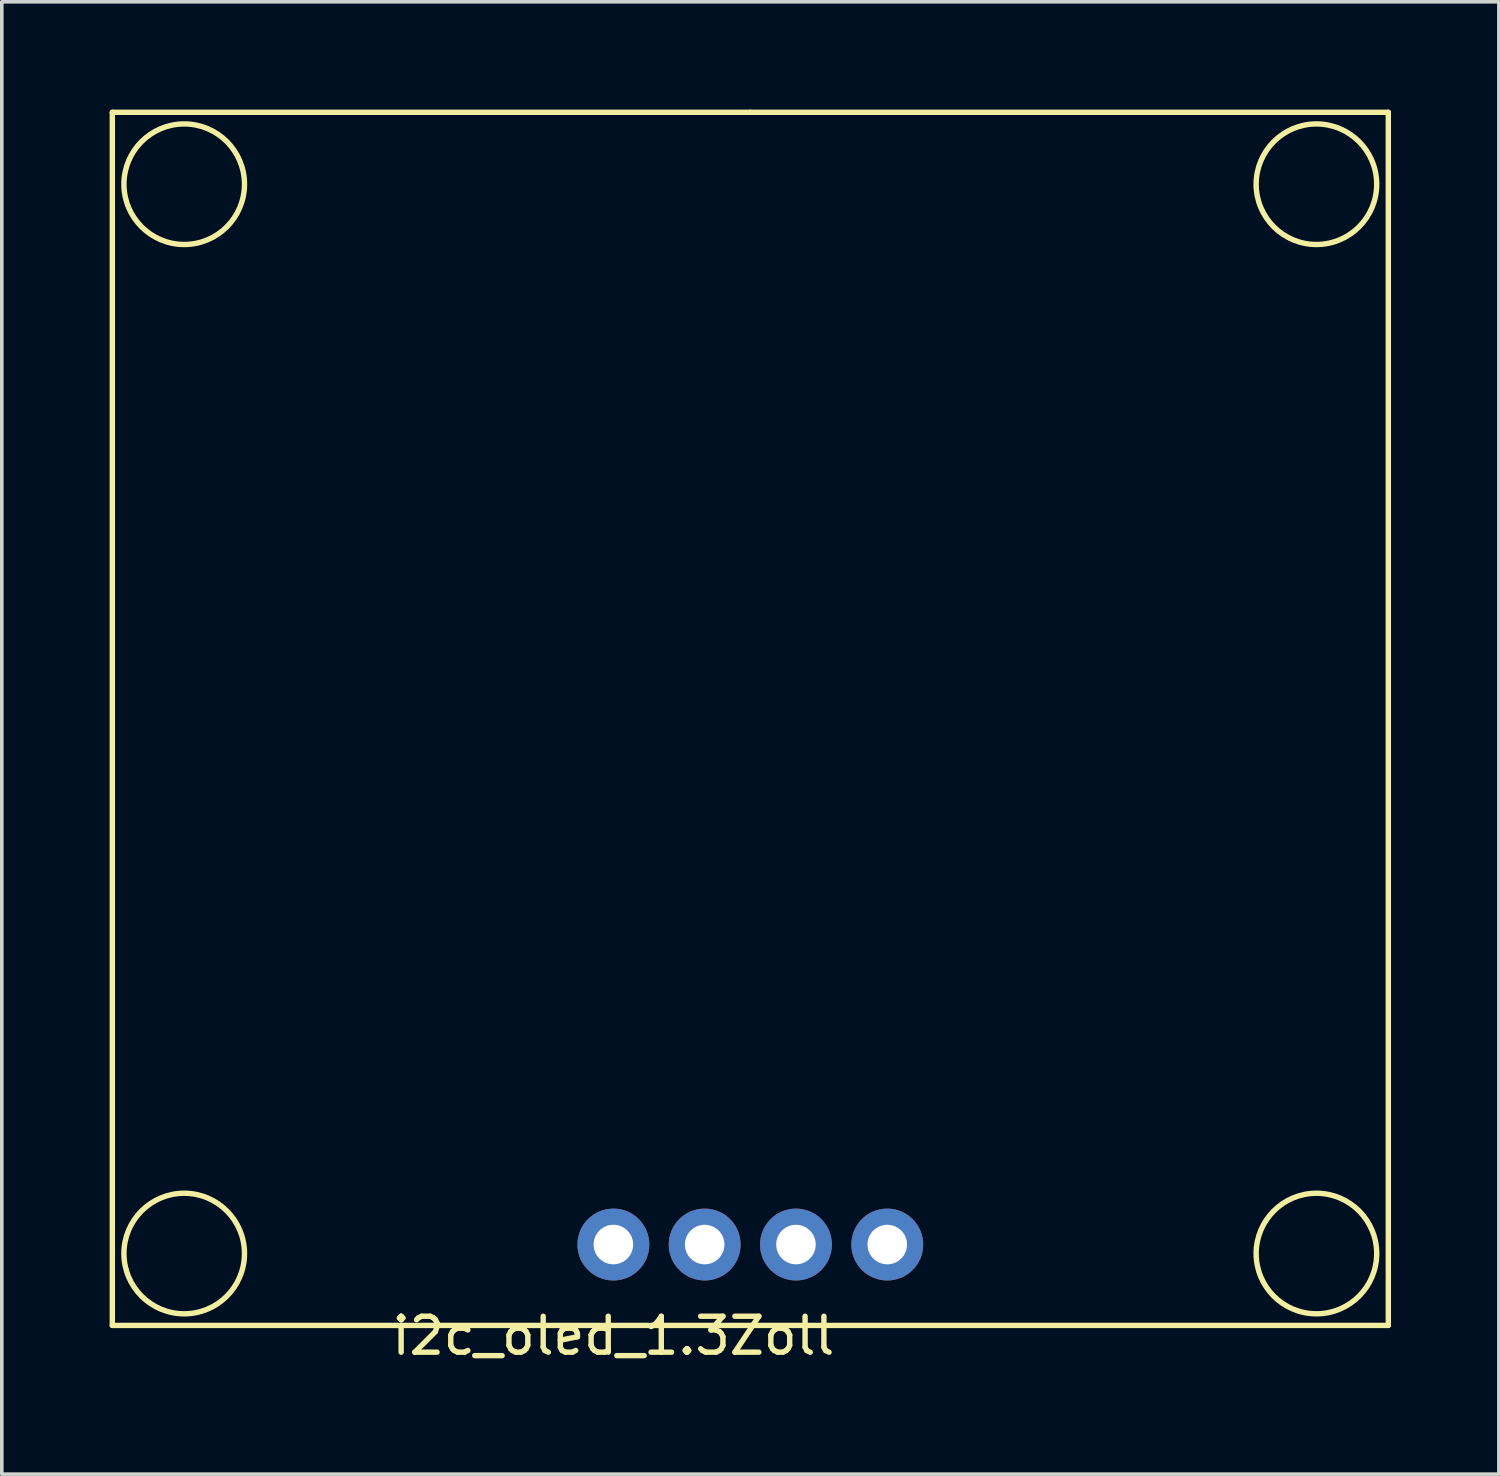
<source format=kicad_pcb>
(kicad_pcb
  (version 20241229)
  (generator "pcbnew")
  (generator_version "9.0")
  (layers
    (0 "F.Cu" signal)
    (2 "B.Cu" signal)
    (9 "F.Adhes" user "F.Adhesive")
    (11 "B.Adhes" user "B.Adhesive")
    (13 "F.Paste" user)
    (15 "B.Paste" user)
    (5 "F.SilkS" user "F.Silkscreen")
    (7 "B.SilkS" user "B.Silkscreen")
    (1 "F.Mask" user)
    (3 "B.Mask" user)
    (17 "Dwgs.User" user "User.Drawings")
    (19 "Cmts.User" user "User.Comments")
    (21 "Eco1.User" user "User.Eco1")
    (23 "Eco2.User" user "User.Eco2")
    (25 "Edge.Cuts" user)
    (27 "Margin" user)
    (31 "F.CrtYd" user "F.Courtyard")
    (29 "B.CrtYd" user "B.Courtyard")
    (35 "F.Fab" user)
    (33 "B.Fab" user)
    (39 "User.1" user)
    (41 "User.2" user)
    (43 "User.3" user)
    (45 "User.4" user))
  (footprint "i2c_oled_1.3Zoll"
    (layer "F.Cu")
    (at 14.015 31.575)
    (property "Reference" "i2c_oled_1.3Zoll" (at 0 2.54 0) (layer "F.SilkS") (effects (font (size 1 1) (thickness 0.15))))
    (attr through_hole)
    (fp_line (start -13.94 2.25) (end -13.94 -31.5) (stroke (width 0.15) (type solid)) (layer "F.SilkS"))
    (fp_line (start -13.94 2.25) (end 21.56 2.25) (stroke (width 0.15) (type solid)) (layer "F.SilkS"))
    (fp_line (start 3.81 -31.5) (end -13.94 -31.5) (stroke (width 0.15) (type solid)) (layer "F.SilkS"))
    (fp_line (start 3.81 -31.5) (end 21.56 -31.5) (stroke (width 0.15) (type solid)) (layer "F.SilkS"))
    (fp_line (start 21.56 2.25) (end 21.56 -31.5) (stroke (width 0.15) (type solid)) (layer "F.SilkS"))
    (fp_circle (center -11.94 -29.5) (end -11.19 -31) (stroke (width 0.15) (type solid)) (fill no) (layer "F.SilkS"))
    (fp_circle (center -11.94 0.25) (end -11.19 -1.25) (stroke (width 0.15) (type solid)) (fill no) (layer "F.SilkS"))
    (fp_circle (center 19.56 -29.5) (end 20.31 -31) (stroke (width 0.15) (type solid)) (fill no) (layer "F.SilkS"))
    (fp_circle (center 19.56 0.25) (end 20.31 -1.25) (stroke (width 0.15) (type solid)) (fill no) (layer "F.SilkS"))
    (pad "1" thru_hole circle (at 0 0) (size 2 2) (drill 1.1) (layers "*.Cu" "*.Mask"))
    (pad "2" thru_hole circle (at 2.54 0) (size 2 2) (drill 1.1) (layers "*.Cu" "*.Mask"))
    (pad "3" thru_hole circle (at 5.08 0) (size 2 2) (drill 1.1) (layers "*.Cu" "*.Mask"))
    (pad "4" thru_hole circle (at 7.62 0) (size 2 2) (drill 1.1) (layers "*.Cu" "*.Mask")))
  (gr_rect
    (start -3 -3)
    (end 38.65 37.963)
    (stroke (width 0.1) (type default))
    (fill no)
    (layer "Edge.Cuts")))
</source>
